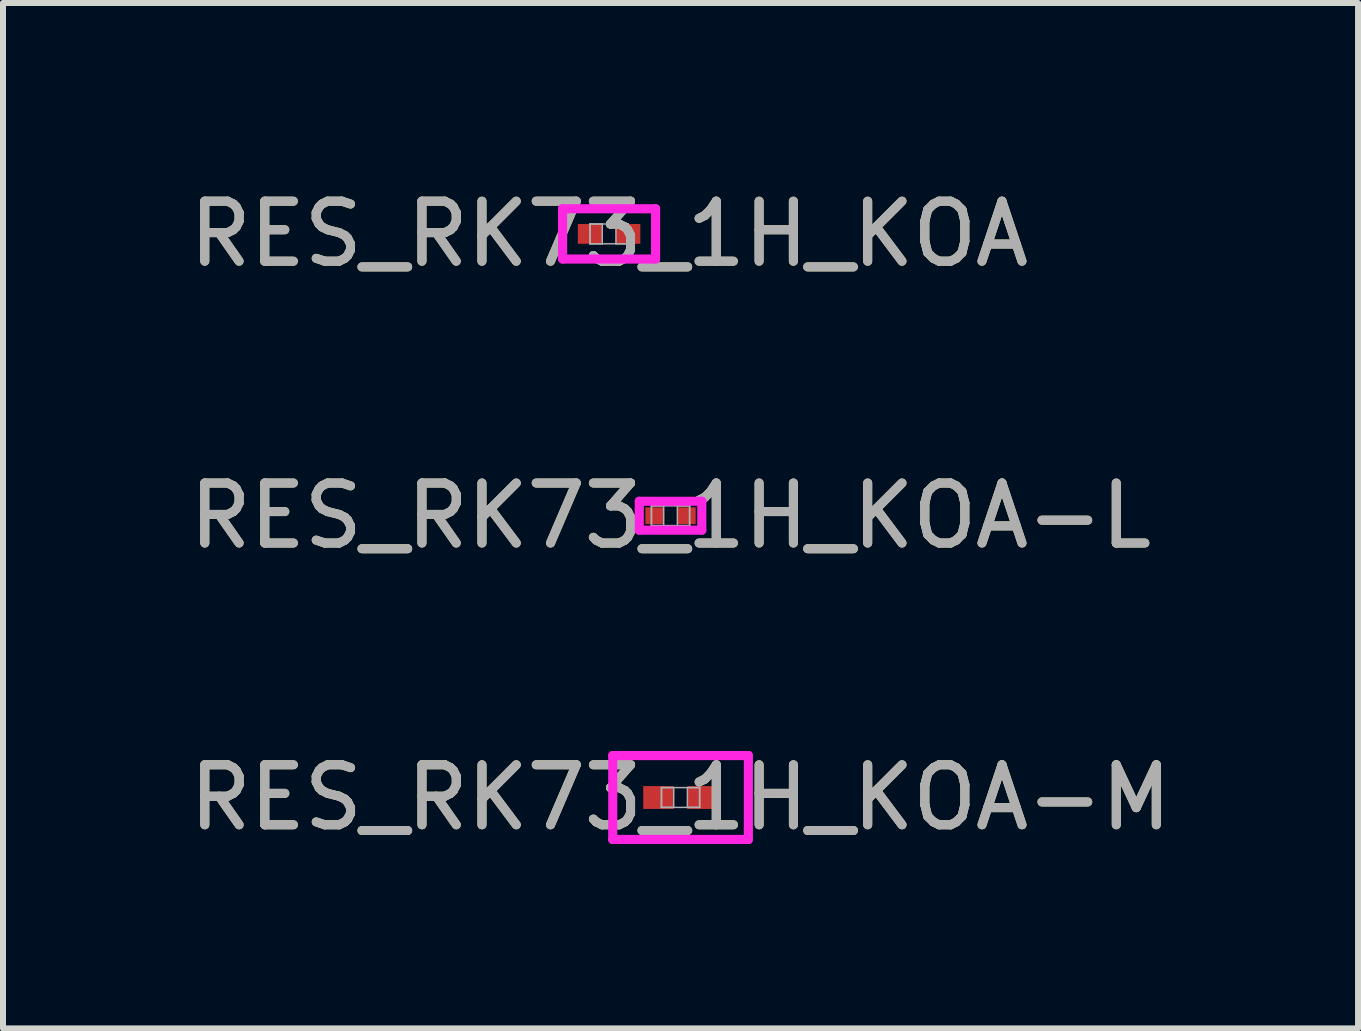
<source format=kicad_pcb>
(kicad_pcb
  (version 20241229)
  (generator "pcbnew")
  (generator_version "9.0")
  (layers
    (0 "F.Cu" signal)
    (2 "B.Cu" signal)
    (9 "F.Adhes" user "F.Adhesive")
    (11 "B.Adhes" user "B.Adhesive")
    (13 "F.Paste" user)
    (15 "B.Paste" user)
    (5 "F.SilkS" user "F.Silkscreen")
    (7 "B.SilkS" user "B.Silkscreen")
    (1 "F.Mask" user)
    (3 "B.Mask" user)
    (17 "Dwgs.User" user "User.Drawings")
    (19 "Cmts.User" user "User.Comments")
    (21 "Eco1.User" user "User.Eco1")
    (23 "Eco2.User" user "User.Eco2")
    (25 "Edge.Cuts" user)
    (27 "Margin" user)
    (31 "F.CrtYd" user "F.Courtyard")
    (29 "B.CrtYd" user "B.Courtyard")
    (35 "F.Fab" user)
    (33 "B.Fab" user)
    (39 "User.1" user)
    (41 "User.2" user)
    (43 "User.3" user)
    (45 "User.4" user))
  (footprint "RES_RK73_1H_KOA-L"
    (layer "F.Cu")
    (at 8.125 5.545)
    (property "Reference" "RES_RK73_1H_KOA-L" (at 0 0 0) (unlocked yes) (layer "F.SilkS") (effects (font (size 1 1) (thickness 0.15))))
    (attr smd)
    (fp_line (start -0.521 -0.241) (end 0.521 -0.241) (stroke (width 0.152) (type solid)) (layer "F.CrtYd"))
    (fp_line (start -0.521 0.241) (end -0.521 -0.241) (stroke (width 0.152) (type solid)) (layer "F.CrtYd"))
    (fp_line (start 0.521 -0.241) (end 0.521 0.241) (stroke (width 0.152) (type solid)) (layer "F.CrtYd"))
    (fp_line (start 0.521 0.241) (end -0.521 0.241) (stroke (width 0.152) (type solid)) (layer "F.CrtYd"))
    (fp_line (start -0.318 -0.165) (end -0.318 0.165) (stroke (width 0.025) (type solid)) (layer "F.Fab"))
    (fp_line (start -0.318 -0.165) (end -0.318 0.165) (stroke (width 0.025) (type solid)) (layer "F.Fab"))
    (fp_line (start -0.318 0.165) (end -0.114 0.165) (stroke (width 0.025) (type solid)) (layer "F.Fab"))
    (fp_line (start -0.318 0.165) (end 0.318 0.165) (stroke (width 0.025) (type solid)) (layer "F.Fab"))
    (fp_line (start -0.114 -0.165) (end -0.318 -0.165) (stroke (width 0.025) (type solid)) (layer "F.Fab"))
    (fp_line (start -0.114 0.165) (end -0.114 -0.165) (stroke (width 0.025) (type solid)) (layer "F.Fab"))
    (fp_line (start 0.114 -0.165) (end 0.114 0.165) (stroke (width 0.025) (type solid)) (layer "F.Fab"))
    (fp_line (start 0.114 0.165) (end 0.318 0.165) (stroke (width 0.025) (type solid)) (layer "F.Fab"))
    (fp_line (start 0.318 -0.165) (end -0.318 -0.165) (stroke (width 0.025) (type solid)) (layer "F.Fab"))
    (fp_line (start 0.318 -0.165) (end 0.114 -0.165) (stroke (width 0.025) (type solid)) (layer "F.Fab"))
    (fp_line (start 0.318 0.165) (end 0.318 -0.165) (stroke (width 0.025) (type solid)) (layer "F.Fab"))
    (fp_line (start 0.318 0.165) (end 0.318 -0.165) (stroke (width 0.025) (type solid)) (layer "F.Fab"))
    (fp_text user "${REFERENCE}" (at 0 0 0) (unlocked yes) (layer "F.Fab") (effects (font (size 1 1) (thickness 0.15))))
    (pad "1" smd rect (at -0.267 0) (size 0.305 0.279) (layers "F.Cu" "F.Mask" "F.Paste"))
    (pad "2" smd rect (at 0.267 0) (size 0.305 0.279) (layers "F.Cu" "F.Mask" "F.Paste"))
    (zone (net_name "") (layer "F.Cu") (hatch full 0.508) (connect_pads) (min_thickness 0.254) (filled_areas_thickness no) (keepout (tracks not_allowed) (vias not_allowed) (pads allowed) (copperpour not_allowed) (footprints allowed)) (placement (enabled no)) (fill) (polygon (pts (xy 8.062 5.43) (xy 8.188 5.43) (xy 8.188 5.659) (xy 8.062 5.659)))))
  (footprint "RES_RK73_1H_KOA-M"
    (layer "F.Cu")
    (at 8.292 10.241)
    (property "Reference" "RES_RK73_1H_KOA-M" (at 0 0 0) (unlocked yes) (layer "F.SilkS") (effects (font (size 1 1) (thickness 0.15))))
    (attr smd)
    (fp_line (start -1.13 -0.699) (end 1.13 -0.699) (stroke (width 0.152) (type solid)) (layer "F.CrtYd"))
    (fp_line (start -1.13 0.699) (end -1.13 -0.699) (stroke (width 0.152) (type solid)) (layer "F.CrtYd"))
    (fp_line (start 1.13 -0.699) (end 1.13 0.699) (stroke (width 0.152) (type solid)) (layer "F.CrtYd"))
    (fp_line (start 1.13 0.699) (end -1.13 0.699) (stroke (width 0.152) (type solid)) (layer "F.CrtYd"))
    (fp_line (start -0.318 -0.165) (end -0.318 0.165) (stroke (width 0.025) (type solid)) (layer "F.Fab"))
    (fp_line (start -0.318 -0.165) (end -0.318 0.165) (stroke (width 0.025) (type solid)) (layer "F.Fab"))
    (fp_line (start -0.318 0.165) (end -0.114 0.165) (stroke (width 0.025) (type solid)) (layer "F.Fab"))
    (fp_line (start -0.318 0.165) (end 0.318 0.165) (stroke (width 0.025) (type solid)) (layer "F.Fab"))
    (fp_line (start -0.114 -0.165) (end -0.318 -0.165) (stroke (width 0.025) (type solid)) (layer "F.Fab"))
    (fp_line (start -0.114 0.165) (end -0.114 -0.165) (stroke (width 0.025) (type solid)) (layer "F.Fab"))
    (fp_line (start 0.114 -0.165) (end 0.114 0.165) (stroke (width 0.025) (type solid)) (layer "F.Fab"))
    (fp_line (start 0.114 0.165) (end 0.318 0.165) (stroke (width 0.025) (type solid)) (layer "F.Fab"))
    (fp_line (start 0.318 -0.165) (end -0.318 -0.165) (stroke (width 0.025) (type solid)) (layer "F.Fab"))
    (fp_line (start 0.318 -0.165) (end 0.114 -0.165) (stroke (width 0.025) (type solid)) (layer "F.Fab"))
    (fp_line (start 0.318 0.165) (end 0.318 -0.165) (stroke (width 0.025) (type solid)) (layer "F.Fab"))
    (fp_line (start 0.318 0.165) (end 0.318 -0.165) (stroke (width 0.025) (type solid)) (layer "F.Fab"))
    (fp_text user "${REFERENCE}" (at 0 0 0) (unlocked yes) (layer "F.Fab") (effects (font (size 1 1) (thickness 0.15))))
    (pad "1" smd rect (at -0.368 0) (size 0.508 0.381) (layers "F.Cu" "F.Mask" "F.Paste"))
    (pad "2" smd rect (at 0.368 0) (size 0.508 0.381) (layers "F.Cu" "F.Mask" "F.Paste"))
    (zone (net_name "") (layer "F.Cu") (hatch full 0.508) (connect_pads) (min_thickness 0.254) (filled_areas_thickness no) (keepout (tracks not_allowed) (vias not_allowed) (pads allowed) (copperpour not_allowed) (footprints allowed)) (placement (enabled no)) (fill) (polygon (pts (xy 8.228 10.127) (xy 8.355 10.127) (xy 8.355 10.356) (xy 8.228 10.356)))))
  (footprint "RES_RK73_1H_KOA"
    (layer "F.Cu")
    (at 7.101 0.848)
    (property "Reference" "RES_RK73_1H_KOA" (at 0 0 0) (unlocked yes) (layer "F.SilkS") (effects (font (size 1 1) (thickness 0.15))))
    (attr smd)
    (fp_line (start -0.775 -0.419) (end 0.775 -0.419) (stroke (width 0.152) (type solid)) (layer "F.CrtYd"))
    (fp_line (start -0.775 0.419) (end -0.775 -0.419) (stroke (width 0.152) (type solid)) (layer "F.CrtYd"))
    (fp_line (start 0.775 -0.419) (end 0.775 0.419) (stroke (width 0.152) (type solid)) (layer "F.CrtYd"))
    (fp_line (start 0.775 0.419) (end -0.775 0.419) (stroke (width 0.152) (type solid)) (layer "F.CrtYd"))
    (fp_line (start -0.318 -0.165) (end -0.318 0.165) (stroke (width 0.025) (type solid)) (layer "F.Fab"))
    (fp_line (start -0.318 -0.165) (end -0.318 0.165) (stroke (width 0.025) (type solid)) (layer "F.Fab"))
    (fp_line (start -0.318 0.165) (end -0.114 0.165) (stroke (width 0.025) (type solid)) (layer "F.Fab"))
    (fp_line (start -0.318 0.165) (end 0.318 0.165) (stroke (width 0.025) (type solid)) (layer "F.Fab"))
    (fp_line (start -0.114 -0.165) (end -0.318 -0.165) (stroke (width 0.025) (type solid)) (layer "F.Fab"))
    (fp_line (start -0.114 0.165) (end -0.114 -0.165) (stroke (width 0.025) (type solid)) (layer "F.Fab"))
    (fp_line (start 0.114 -0.165) (end 0.114 0.165) (stroke (width 0.025) (type solid)) (layer "F.Fab"))
    (fp_line (start 0.114 0.165) (end 0.318 0.165) (stroke (width 0.025) (type solid)) (layer "F.Fab"))
    (fp_line (start 0.318 -0.165) (end -0.318 -0.165) (stroke (width 0.025) (type solid)) (layer "F.Fab"))
    (fp_line (start 0.318 -0.165) (end 0.114 -0.165) (stroke (width 0.025) (type solid)) (layer "F.Fab"))
    (fp_line (start 0.318 0.165) (end 0.318 -0.165) (stroke (width 0.025) (type solid)) (layer "F.Fab"))
    (fp_line (start 0.318 0.165) (end 0.318 -0.165) (stroke (width 0.025) (type solid)) (layer "F.Fab"))
    (fp_text user "${REFERENCE}" (at 0 0 0) (unlocked yes) (layer "F.Fab") (effects (font (size 1 1) (thickness 0.15))))
    (pad "1" smd rect (at -0.318 0) (size 0.406 0.33) (layers "F.Cu" "F.Mask" "F.Paste"))
    (pad "2" smd rect (at 0.318 0) (size 0.406 0.33) (layers "F.Cu" "F.Mask" "F.Paste"))
    (zone (net_name "") (layer "F.Cu") (hatch full 0.508) (connect_pads) (min_thickness 0.254) (filled_areas_thickness no) (keepout (tracks not_allowed) (vias not_allowed) (pads allowed) (copperpour not_allowed) (footprints allowed)) (placement (enabled no)) (fill) (polygon (pts (xy 7.038 0.734) (xy 7.165 0.734) (xy 7.165 0.963) (xy 7.038 0.963)))))
  (gr_rect
    (start -3 -3)
    (end 19.583 14.089)
    (stroke (width 0.1) (type default))
    (fill no)
    (layer "Edge.Cuts")))
</source>
